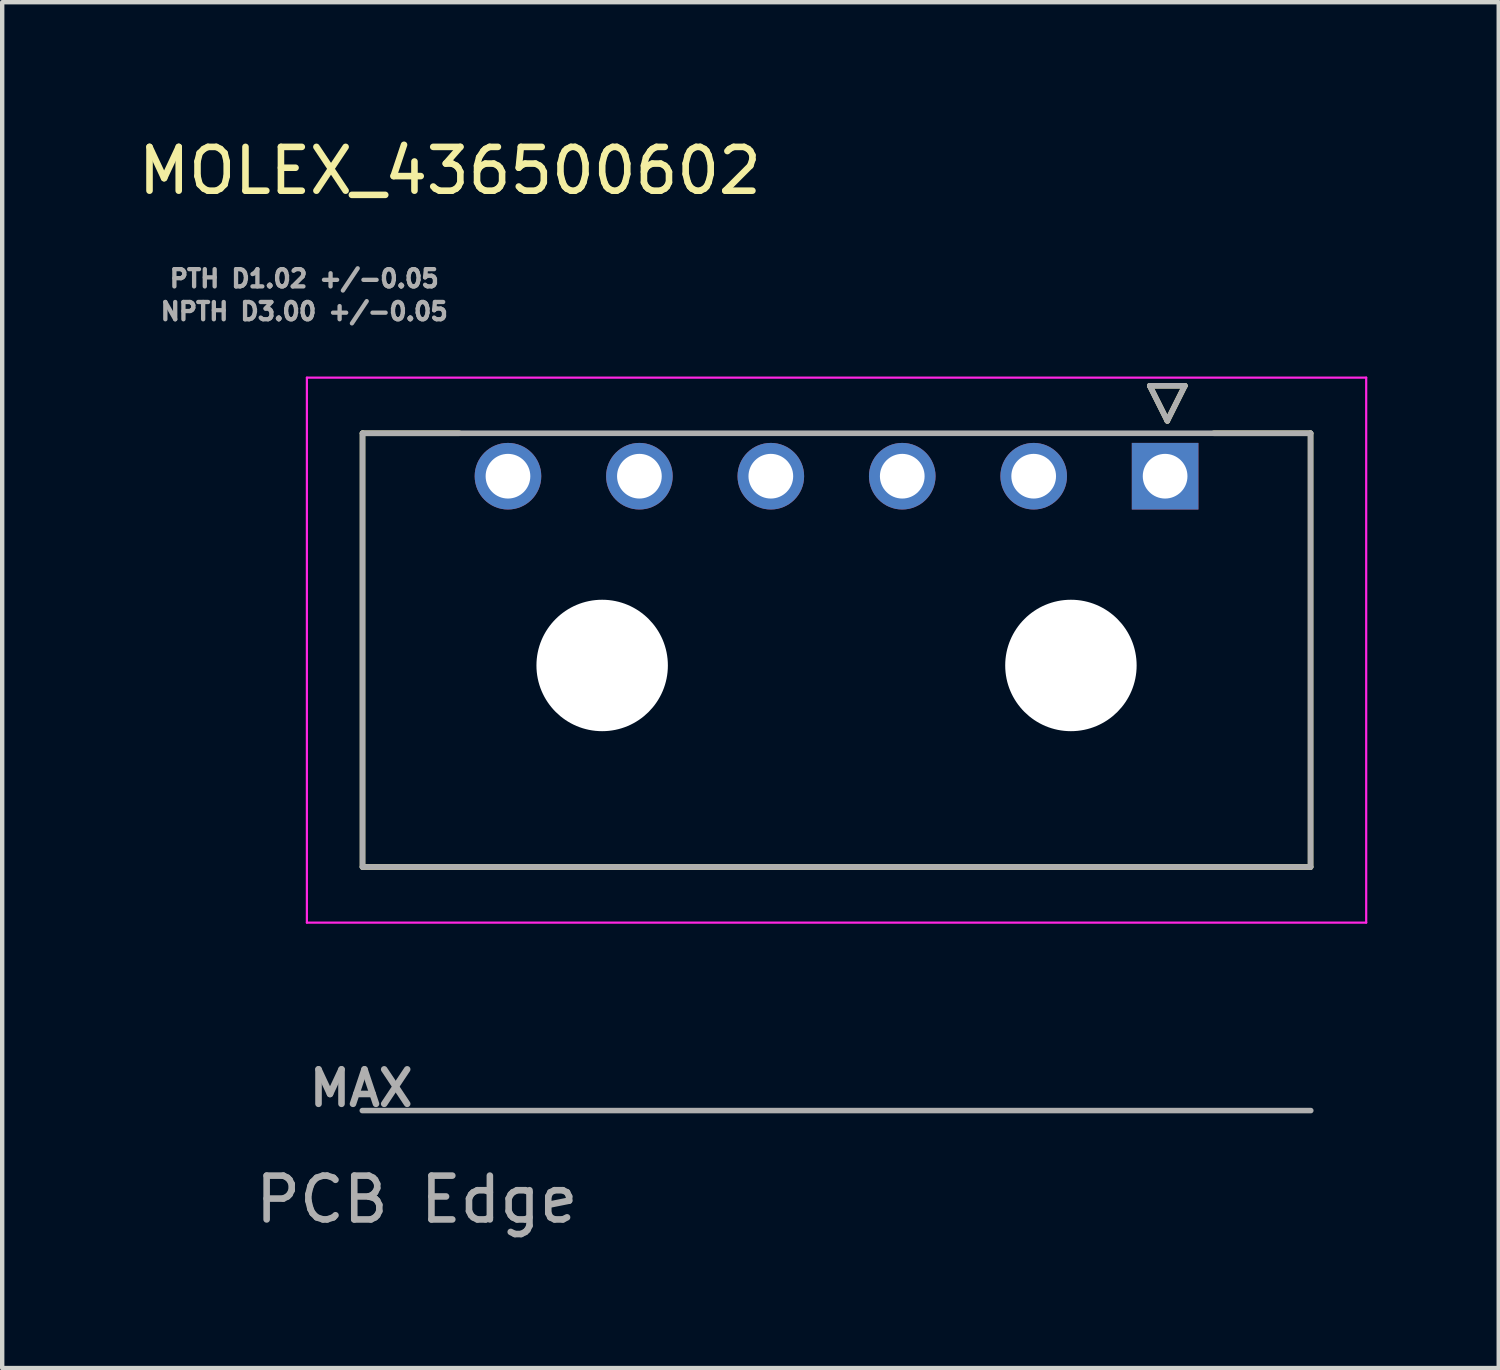
<source format=kicad_pcb>
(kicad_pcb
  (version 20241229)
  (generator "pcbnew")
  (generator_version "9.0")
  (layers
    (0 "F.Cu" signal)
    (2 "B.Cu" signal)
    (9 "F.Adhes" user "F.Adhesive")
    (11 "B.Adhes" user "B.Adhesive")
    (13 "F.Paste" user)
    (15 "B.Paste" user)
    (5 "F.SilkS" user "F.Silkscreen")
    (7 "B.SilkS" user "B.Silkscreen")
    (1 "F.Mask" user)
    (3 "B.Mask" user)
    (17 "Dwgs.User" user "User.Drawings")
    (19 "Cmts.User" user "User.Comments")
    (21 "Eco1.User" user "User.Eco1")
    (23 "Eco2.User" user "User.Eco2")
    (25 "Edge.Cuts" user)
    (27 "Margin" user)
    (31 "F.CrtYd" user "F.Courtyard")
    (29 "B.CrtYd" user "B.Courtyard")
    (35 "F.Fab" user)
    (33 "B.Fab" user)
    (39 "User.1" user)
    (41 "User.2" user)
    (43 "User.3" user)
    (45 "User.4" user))
  (footprint "MOLEX_436500602"
    (layer "F.Cu")
    (at 23.545 7.82)
    (property "Reference" "MOLEX_436500602" (at -16.325 -6.972 0) (layer "F.SilkS") (effects (font (size 1 1) (thickness 0.15))))
    (attr through_hole)
    (fp_circle (center -15 0) (end -14.582 0) (stroke (width 0.836) (type solid)) (fill no) (layer "F.Mask"))
    (fp_circle (center -12.85 4.32) (end -12.062 4.32) (stroke (width 1.576) (type solid)) (fill no) (layer "F.Mask"))
    (fp_circle (center -12 0) (end -11.582 0) (stroke (width 0.836) (type solid)) (fill no) (layer "F.Mask"))
    (fp_circle (center -9 0) (end -8.582 0) (stroke (width 0.836) (type solid)) (fill no) (layer "F.Mask"))
    (fp_circle (center -6 0) (end -5.582 0) (stroke (width 0.836) (type solid)) (fill no) (layer "F.Mask"))
    (fp_circle (center -3 0) (end -2.582 0) (stroke (width 0.836) (type solid)) (fill no) (layer "F.Mask"))
    (fp_circle (center -2.15 4.32) (end -1.362 4.32) (stroke (width 1.576) (type solid)) (fill no) (layer "F.Mask"))
    (fp_poly (pts (xy -0.836 -0.836) (xy 0.836 -0.836) (xy 0.836 0.836) (xy -0.836 0.836)) (stroke (width 0.01) (type solid)) (fill yes) (layer "F.Mask"))
    (fp_circle (center -15 0) (end -14.582 0) (stroke (width 0.836) (type solid)) (fill no) (layer "B.Mask"))
    (fp_circle (center -12.85 4.32) (end -12.062 4.32) (stroke (width 1.576) (type solid)) (fill no) (layer "B.Mask"))
    (fp_circle (center -12 0) (end -11.582 0) (stroke (width 0.836) (type solid)) (fill no) (layer "B.Mask"))
    (fp_circle (center -9 0) (end -8.582 0) (stroke (width 0.836) (type solid)) (fill no) (layer "B.Mask"))
    (fp_circle (center -6 0) (end -5.582 0) (stroke (width 0.836) (type solid)) (fill no) (layer "B.Mask"))
    (fp_circle (center -3 0) (end -2.582 0) (stroke (width 0.836) (type solid)) (fill no) (layer "B.Mask"))
    (fp_circle (center -2.15 4.32) (end -1.362 4.32) (stroke (width 1.576) (type solid)) (fill no) (layer "B.Mask"))
    (fp_poly (pts (xy -0.836 -0.836) (xy 0.836 -0.836) (xy 0.836 0.836) (xy -0.836 0.836)) (stroke (width 0.01) (type solid)) (fill yes) (layer "B.Mask"))
    (fp_line (start -18.32 -0.98) (end -16.11 -0.98) (stroke (width 0.127) (type solid)) (layer "F.SilkS"))
    (fp_line (start -18.32 8.92) (end -18.32 -0.98) (stroke (width 0.127) (type solid)) (layer "F.SilkS"))
    (fp_line (start -0.35 -2.064) (end 0.45 -2.064) (stroke (width 0.127) (type solid)) (layer "F.SilkS"))
    (fp_line (start 0.05 -1.264) (end -0.35 -2.064) (stroke (width 0.127) (type solid)) (layer "F.SilkS"))
    (fp_line (start 0.45 -2.064) (end 0.05 -1.264) (stroke (width 0.127) (type solid)) (layer "F.SilkS"))
    (fp_line (start 3.32 -0.98) (end 1.11 -0.98) (stroke (width 0.127) (type solid)) (layer "F.SilkS"))
    (fp_line (start 3.32 8.92) (end -18.32 8.92) (stroke (width 0.127) (type solid)) (layer "F.SilkS"))
    (fp_line (start 3.32 8.92) (end 3.32 -0.98) (stroke (width 0.127) (type solid)) (layer "F.SilkS"))
    (fp_line (start -19.59 -2.25) (end 4.59 -2.25) (stroke (width 0.05) (type solid)) (layer "F.CrtYd"))
    (fp_line (start -19.59 10.19) (end -19.59 -2.25) (stroke (width 0.05) (type solid)) (layer "F.CrtYd"))
    (fp_line (start 4.59 10.19) (end -19.59 10.19) (stroke (width 0.05) (type solid)) (layer "F.CrtYd"))
    (fp_line (start 4.59 10.19) (end 4.59 -2.25) (stroke (width 0.05) (type solid)) (layer "F.CrtYd"))
    (fp_line (start -18.32 -0.98) (end 3.32 -0.98) (stroke (width 0.127) (type solid)) (layer "F.Fab"))
    (fp_line (start -18.32 8.92) (end -18.32 -0.98) (stroke (width 0.127) (type solid)) (layer "F.Fab"))
    (fp_line (start -0.35 -2.064) (end 0.45 -2.064) (stroke (width 0.127) (type solid)) (layer "F.Fab"))
    (fp_line (start 0.05 -1.264) (end -0.35 -2.064) (stroke (width 0.127) (type solid)) (layer "F.Fab"))
    (fp_line (start 0.45 -2.064) (end 0.05 -1.264) (stroke (width 0.127) (type solid)) (layer "F.Fab"))
    (fp_line (start 3.32 8.92) (end -18.32 8.92) (stroke (width 0.127) (type solid)) (layer "F.Fab"))
    (fp_line (start 3.32 8.92) (end 3.32 -0.98) (stroke (width 0.127) (type solid)) (layer "F.Fab"))
    (fp_line (start 3.325 14.48) (end -18.325 14.48) (stroke (width 0.127) (type solid)) (layer "F.Fab"))
    (fp_text user "NPTH D3.00 +/-0.05 " (at -19.5 -3.76 0) (layer "F.Fab") (effects (font (size 0.394 0.394) (thickness 0.15))))
    (fp_text user "MAX" (at -18.35 13.97 0) (layer "F.Fab") (effects (font (size 0.787 0.787) (thickness 0.15))))
    (fp_text user "PCB Edge" (at -17.08 16.51 0) (layer "F.Fab") (effects (font (size 1 1) (thickness 0.15))))
    (fp_text user "PTH D1.02 +/-0.05 " (at -19.5 -4.51 0) (layer "F.Fab") (effects (font (size 0.394 0.394) (thickness 0.15))))
    (pad "" np_thru_hole circle (at -12.85 4.32) (size 3 3) (drill 3) (layers "*.Cu" "*.Mask"))
    (pad "" np_thru_hole circle (at -2.15 4.32) (size 3 3) (drill 3) (layers "*.Cu" "*.Mask"))
    (pad "1" thru_hole rect (at 0 0) (size 1.52 1.52) (drill 1.02) (layers "*.Cu"))
    (pad "2" thru_hole circle (at -3 0) (size 1.52 1.52) (drill 1.02) (layers "*.Cu"))
    (pad "3" thru_hole circle (at -6 0) (size 1.52 1.52) (drill 1.02) (layers "*.Cu"))
    (pad "4" thru_hole circle (at -9 0) (size 1.52 1.52) (drill 1.02) (layers "*.Cu"))
    (pad "5" thru_hole circle (at -12 0) (size 1.52 1.52) (drill 1.02) (layers "*.Cu"))
    (pad "6" thru_hole circle (at -15 0) (size 1.52 1.52) (drill 1.02) (layers "*.Cu")))
  (gr_rect
    (start -3 -3)
    (end 31.16 28.178)
    (stroke (width 0.1) (type default))
    (fill no)
    (layer "Edge.Cuts")))
</source>
